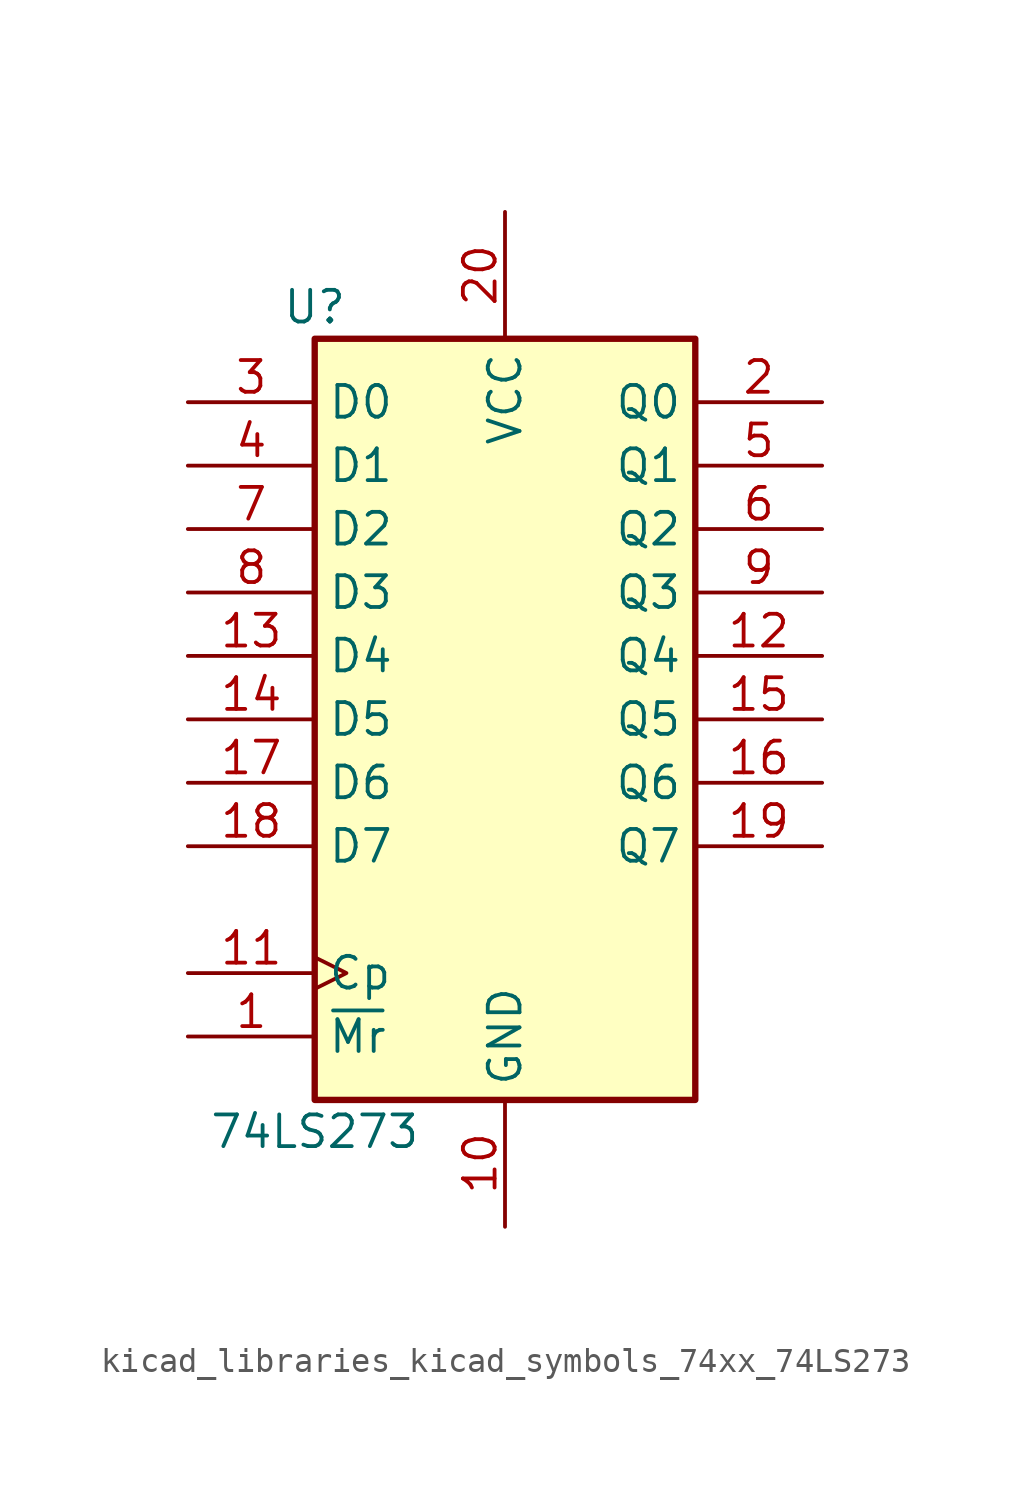
<source format=kicad_sym>
(kicad_symbol_lib
  (version 20220914)
  (generator kicad_symbol_editor)
  (symbol "kicad_libraries_kicad_symbols_74xx_74LS273"
    (property "Reference" "U"
      (at -7.62 16.51 0)
      (effects (font (size 1.27 1.27))))
    (property "Value" "74LS273"
      (at -7.62 -16.51 0)
      (effects (font (size 1.27 1.27))))
    (symbol "kicad_libraries_kicad_symbols_74xx_74LS273_1_0"
      (pin input line (at -12.7 -12.7 0) (length 5.08) (name "~{Mr}" (effects (font (size 1.27 1.27)))) (number "1" (effects (font (size 1.27 1.27)))))
      (pin power_in line (at 0 -20.32 90) (length 5.08) (name "GND" (effects (font (size 1.27 1.27)))) (number "10" (effects (font (size 1.27 1.27)))))
      (pin input clock (at -12.7 -10.16 0) (length 5.08) (name "Cp" (effects (font (size 1.27 1.27)))) (number "11" (effects (font (size 1.27 1.27)))))
      (pin output line (at 12.7 2.54 180) (length 5.08) (name "Q4" (effects (font (size 1.27 1.27)))) (number "12" (effects (font (size 1.27 1.27)))))
      (pin input line (at -12.7 2.54 0) (length 5.08) (name "D4" (effects (font (size 1.27 1.27)))) (number "13" (effects (font (size 1.27 1.27)))))
      (pin input line (at -12.7 0 0) (length 5.08) (name "D5" (effects (font (size 1.27 1.27)))) (number "14" (effects (font (size 1.27 1.27)))))
      (pin output line (at 12.7 0 180) (length 5.08) (name "Q5" (effects (font (size 1.27 1.27)))) (number "15" (effects (font (size 1.27 1.27)))))
      (pin output line (at 12.7 -2.54 180) (length 5.08) (name "Q6" (effects (font (size 1.27 1.27)))) (number "16" (effects (font (size 1.27 1.27)))))
      (pin input line (at -12.7 -2.54 0) (length 5.08) (name "D6" (effects (font (size 1.27 1.27)))) (number "17" (effects (font (size 1.27 1.27)))))
      (pin input line (at -12.7 -5.08 0) (length 5.08) (name "D7" (effects (font (size 1.27 1.27)))) (number "18" (effects (font (size 1.27 1.27)))))
      (pin output line (at 12.7 -5.08 180) (length 5.08) (name "Q7" (effects (font (size 1.27 1.27)))) (number "19" (effects (font (size 1.27 1.27)))))
      (pin output line (at 12.7 12.7 180) (length 5.08) (name "Q0" (effects (font (size 1.27 1.27)))) (number "2" (effects (font (size 1.27 1.27)))))
      (pin power_in line (at 0 20.32 270) (length 5.08) (name "VCC" (effects (font (size 1.27 1.27)))) (number "20" (effects (font (size 1.27 1.27)))))
      (pin input line (at -12.7 12.7 0) (length 5.08) (name "D0" (effects (font (size 1.27 1.27)))) (number "3" (effects (font (size 1.27 1.27)))))
      (pin input line (at -12.7 10.16 0) (length 5.08) (name "D1" (effects (font (size 1.27 1.27)))) (number "4" (effects (font (size 1.27 1.27)))))
      (pin output line (at 12.7 10.16 180) (length 5.08) (name "Q1" (effects (font (size 1.27 1.27)))) (number "5" (effects (font (size 1.27 1.27)))))
      (pin output line (at 12.7 7.62 180) (length 5.08) (name "Q2" (effects (font (size 1.27 1.27)))) (number "6" (effects (font (size 1.27 1.27)))))
      (pin input line (at -12.7 7.62 0) (length 5.08) (name "D2" (effects (font (size 1.27 1.27)))) (number "7" (effects (font (size 1.27 1.27)))))
      (pin input line (at -12.7 5.08 0) (length 5.08) (name "D3" (effects (font (size 1.27 1.27)))) (number "8" (effects (font (size 1.27 1.27)))))
      (pin output line (at 12.7 5.08 180) (length 5.08) (name "Q3" (effects (font (size 1.27 1.27)))) (number "9" (effects (font (size 1.27 1.27))))))
    (symbol "kicad_libraries_kicad_symbols_74xx_74LS273_1_1"
      (rectangle (start -7.62 15.24) (end 7.62 -15.24) (stroke (width 0.254) (type default)) (fill (type background))))))
</source>
